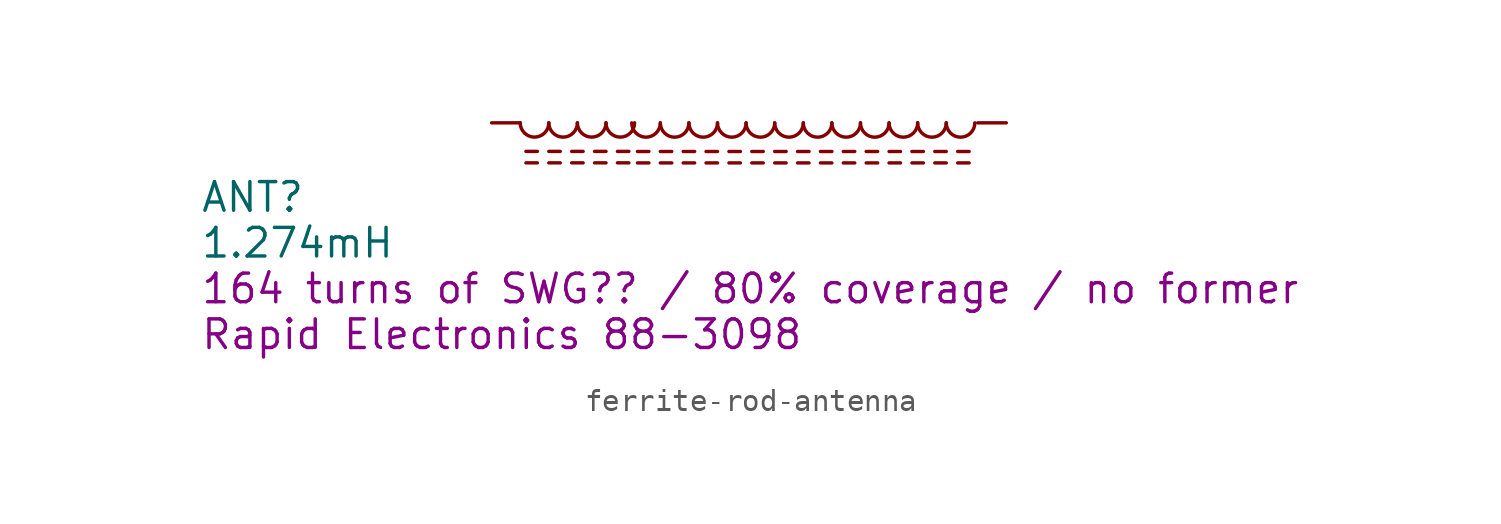
<source format=kicad_sym>
(kicad_symbol_lib
  (version 20220914)
  (generator kicad_symbol_editor)
  (symbol "ferrite-rod-antenna"
    (pin_numbers hide)
    (pin_names
      (offset 1.016) hide)
    (property "Reference" "ANT"
      (at -24.384 -3.302 0)
      (effects (font (size 1.27 1.27)) (justify left)))
    (property "Value" "1.274mH"
      (at -24.384 -5.334 0)
      (effects (font (size 1.27 1.27)) (justify left)))
    (property "Windings" "164 turns of SWG?? / 80% coverage / no former"
      (at -24.384 -7.366 0)
      (effects (font (size 1.27 1.27)) (justify left)))
    (property "ManufacturerPartNumber" "Rapid Electronics 88-3098"
      (at -24.384 -9.398 0)
      (effects (font (size 1.27 1.27)) (justify left)))
    (symbol "ferrite-rod-antenna_0_1"
      (arc (start -10.16 0) (mid -9.525 -0.6323) (end -8.89 0) (stroke (width 0) (type default)) (fill (type none)))
      (arc (start -8.89 0) (mid -8.255 -0.6323) (end -7.62 0) (stroke (width 0) (type default)) (fill (type none)))
      (arc (start -7.62 0) (mid -6.985 -0.6323) (end -6.35 0) (stroke (width 0) (type default)) (fill (type none)))
      (arc (start -6.35 0) (mid -5.715 -0.6323) (end -5.08 0) (stroke (width 0) (type default)) (fill (type none)))
      (arc (start -5.207 -0.0027) (mid -4.572 -0.635) (end -3.937 -0.0027) (stroke (width 0) (type default)) (fill (type none)))
      (arc (start -3.937 -0.0027) (mid -3.302 -0.635) (end -2.667 -0.0027) (stroke (width 0) (type default)) (fill (type none)))
      (arc (start -2.667 -0.0027) (mid -2.032 -0.635) (end -1.397 -0.0027) (stroke (width 0) (type default)) (fill (type none)))
      (arc (start -1.397 -0.0027) (mid -0.762 -0.635) (end -0.127 -0.0027) (stroke (width 0) (type default)) (fill (type none)))
      (arc (start -0.127 -0.0027) (mid 0.508 -0.635) (end 1.143 -0.0027) (stroke (width 0) (type default)) (fill (type none)))
      (polyline (pts (xy -9.398 -1.778) (xy -9.906 -1.778)) (stroke (width 0.152) (type default)) (fill (type none)))
      (polyline (pts (xy -9.398 -1.27) (xy -9.906 -1.27)) (stroke (width 0.152) (type default)) (fill (type none)))
      (polyline (pts (xy -8.382 -1.778) (xy -8.89 -1.778)) (stroke (width 0.152) (type default)) (fill (type none)))
      (polyline (pts (xy -8.382 -1.27) (xy -8.89 -1.27)) (stroke (width 0.152) (type default)) (fill (type none)))
      (polyline (pts (xy -7.366 -1.778) (xy -7.874 -1.778)) (stroke (width 0.152) (type default)) (fill (type none)))
      (polyline (pts (xy -7.366 -1.27) (xy -7.874 -1.27)) (stroke (width 0.152) (type default)) (fill (type none)))
      (polyline (pts (xy -6.35 -1.778) (xy -6.858 -1.778)) (stroke (width 0.152) (type default)) (fill (type none)))
      (polyline (pts (xy -6.35 -1.27) (xy -6.858 -1.27)) (stroke (width 0.152) (type default)) (fill (type none)))
      (polyline (pts (xy -5.334 -1.778) (xy -5.842 -1.778)) (stroke (width 0.152) (type default)) (fill (type none)))
      (polyline (pts (xy -5.334 -1.27) (xy -5.842 -1.27)) (stroke (width 0.152) (type default)) (fill (type none)))
      (polyline (pts (xy -4.445 -1.781) (xy -4.953 -1.781)) (stroke (width 0.152) (type default)) (fill (type none)))
      (polyline (pts (xy -4.445 -1.273) (xy -4.953 -1.273)) (stroke (width 0.152) (type default)) (fill (type none)))
      (polyline (pts (xy -3.429 -1.781) (xy -3.937 -1.781)) (stroke (width 0.152) (type default)) (fill (type none)))
      (polyline (pts (xy -3.429 -1.273) (xy -3.937 -1.273)) (stroke (width 0.152) (type default)) (fill (type none)))
      (polyline (pts (xy -2.413 -1.781) (xy -2.921 -1.781)) (stroke (width 0.152) (type default)) (fill (type none)))
      (polyline (pts (xy -2.413 -1.273) (xy -2.921 -1.273)) (stroke (width 0.152) (type default)) (fill (type none)))
      (polyline (pts (xy -1.397 -1.781) (xy -1.905 -1.781)) (stroke (width 0.152) (type default)) (fill (type none)))
      (polyline (pts (xy -1.397 -1.273) (xy -1.905 -1.273)) (stroke (width 0.152) (type default)) (fill (type none)))
      (polyline (pts (xy -0.381 -1.781) (xy -0.889 -1.781)) (stroke (width 0.152) (type default)) (fill (type none)))
      (polyline (pts (xy -0.381 -1.273) (xy -0.889 -1.273)) (stroke (width 0.152) (type default)) (fill (type none)))
      (polyline (pts (xy 0.635 -1.781) (xy 0.127 -1.781)) (stroke (width 0.152) (type default)) (fill (type none)))
      (polyline (pts (xy 0.635 -1.273) (xy 0.127 -1.273)) (stroke (width 0.152) (type default)) (fill (type none)))
      (polyline (pts (xy 1.651 -1.781) (xy 1.143 -1.781)) (stroke (width 0.152) (type default)) (fill (type none)))
      (polyline (pts (xy 1.651 -1.273) (xy 1.143 -1.273)) (stroke (width 0.152) (type default)) (fill (type none)))
      (polyline (pts (xy 2.667 -1.781) (xy 2.159 -1.781)) (stroke (width 0.152) (type default)) (fill (type none)))
      (polyline (pts (xy 2.667 -1.273) (xy 2.159 -1.273)) (stroke (width 0.152) (type default)) (fill (type none)))
      (polyline (pts (xy 3.683 -1.781) (xy 3.175 -1.781)) (stroke (width 0.152) (type default)) (fill (type none)))
      (polyline (pts (xy 3.683 -1.273) (xy 3.175 -1.273)) (stroke (width 0.152) (type default)) (fill (type none)))
      (polyline (pts (xy 4.699 -1.781) (xy 4.191 -1.781)) (stroke (width 0.152) (type default)) (fill (type none)))
      (polyline (pts (xy 4.699 -1.273) (xy 4.191 -1.273)) (stroke (width 0.152) (type default)) (fill (type none)))
      (polyline (pts (xy 5.715 -1.781) (xy 5.207 -1.781)) (stroke (width 0.152) (type default)) (fill (type none)))
      (polyline (pts (xy 5.715 -1.273) (xy 5.207 -1.273)) (stroke (width 0.152) (type default)) (fill (type none)))
      (polyline (pts (xy 6.731 -1.781) (xy 6.223 -1.781)) (stroke (width 0.152) (type default)) (fill (type none)))
      (polyline (pts (xy 6.731 -1.273) (xy 6.223 -1.273)) (stroke (width 0.152) (type default)) (fill (type none)))
      (polyline (pts (xy 7.747 -1.781) (xy 7.239 -1.781)) (stroke (width 0.152) (type default)) (fill (type none)))
      (polyline (pts (xy 7.747 -1.273) (xy 7.239 -1.273)) (stroke (width 0.152) (type default)) (fill (type none)))
      (polyline (pts (xy 8.763 -1.781) (xy 8.255 -1.781)) (stroke (width 0.152) (type default)) (fill (type none)))
      (polyline (pts (xy 8.763 -1.273) (xy 8.255 -1.273)) (stroke (width 0.152) (type default)) (fill (type none)))
      (polyline (pts (xy 9.779 -1.781) (xy 9.271 -1.781)) (stroke (width 0.152) (type default)) (fill (type none)))
      (polyline (pts (xy 9.779 -1.273) (xy 9.271 -1.273)) (stroke (width 0.152) (type default)) (fill (type none)))
      (arc (start 1.143 -0.0027) (mid 1.778 -0.635) (end 2.413 -0.0027) (stroke (width 0) (type default)) (fill (type none)))
      (arc (start 2.413 -0.0027) (mid 3.048 -0.635) (end 3.683 -0.0027) (stroke (width 0) (type default)) (fill (type none)))
      (arc (start 3.683 -0.0027) (mid 4.318 -0.635) (end 4.953 -0.0027) (stroke (width 0) (type default)) (fill (type none)))
      (arc (start 4.953 -0.0027) (mid 5.588 -0.635) (end 6.223 -0.0027) (stroke (width 0) (type default)) (fill (type none)))
      (arc (start 6.223 -0.0027) (mid 6.858 -0.635) (end 7.493 -0.0027) (stroke (width 0) (type default)) (fill (type none)))
      (arc (start 7.493 -0.0027) (mid 8.128 -0.635) (end 8.763 -0.0027) (stroke (width 0) (type default)) (fill (type none)))
      (arc (start 8.763 -0.0027) (mid 9.398 -0.635) (end 10.033 -0.0027) (stroke (width 0) (type default)) (fill (type none))))
    (symbol "ferrite-rod-antenna_1_1"
      (pin passive line (at 11.43 0 180) (length 1.27) (name "P1" (effects (font (size 1.27 1.27)))) (number "1" (effects (font (size 1.27 1.27)))) (alternate "P1_PWRIN" power_in line) (alternate "P1_PWROUT" power_out line))
      (pin passive line (at -11.43 0 0) (length 1.27) (name "P2" (effects (font (size 1.27 1.27)))) (number "2" (effects (font (size 1.27 1.27)))) (alternate "P2_PWRIN" power_in line) (alternate "P2_PWROUT" power_out line)))))
</source>
